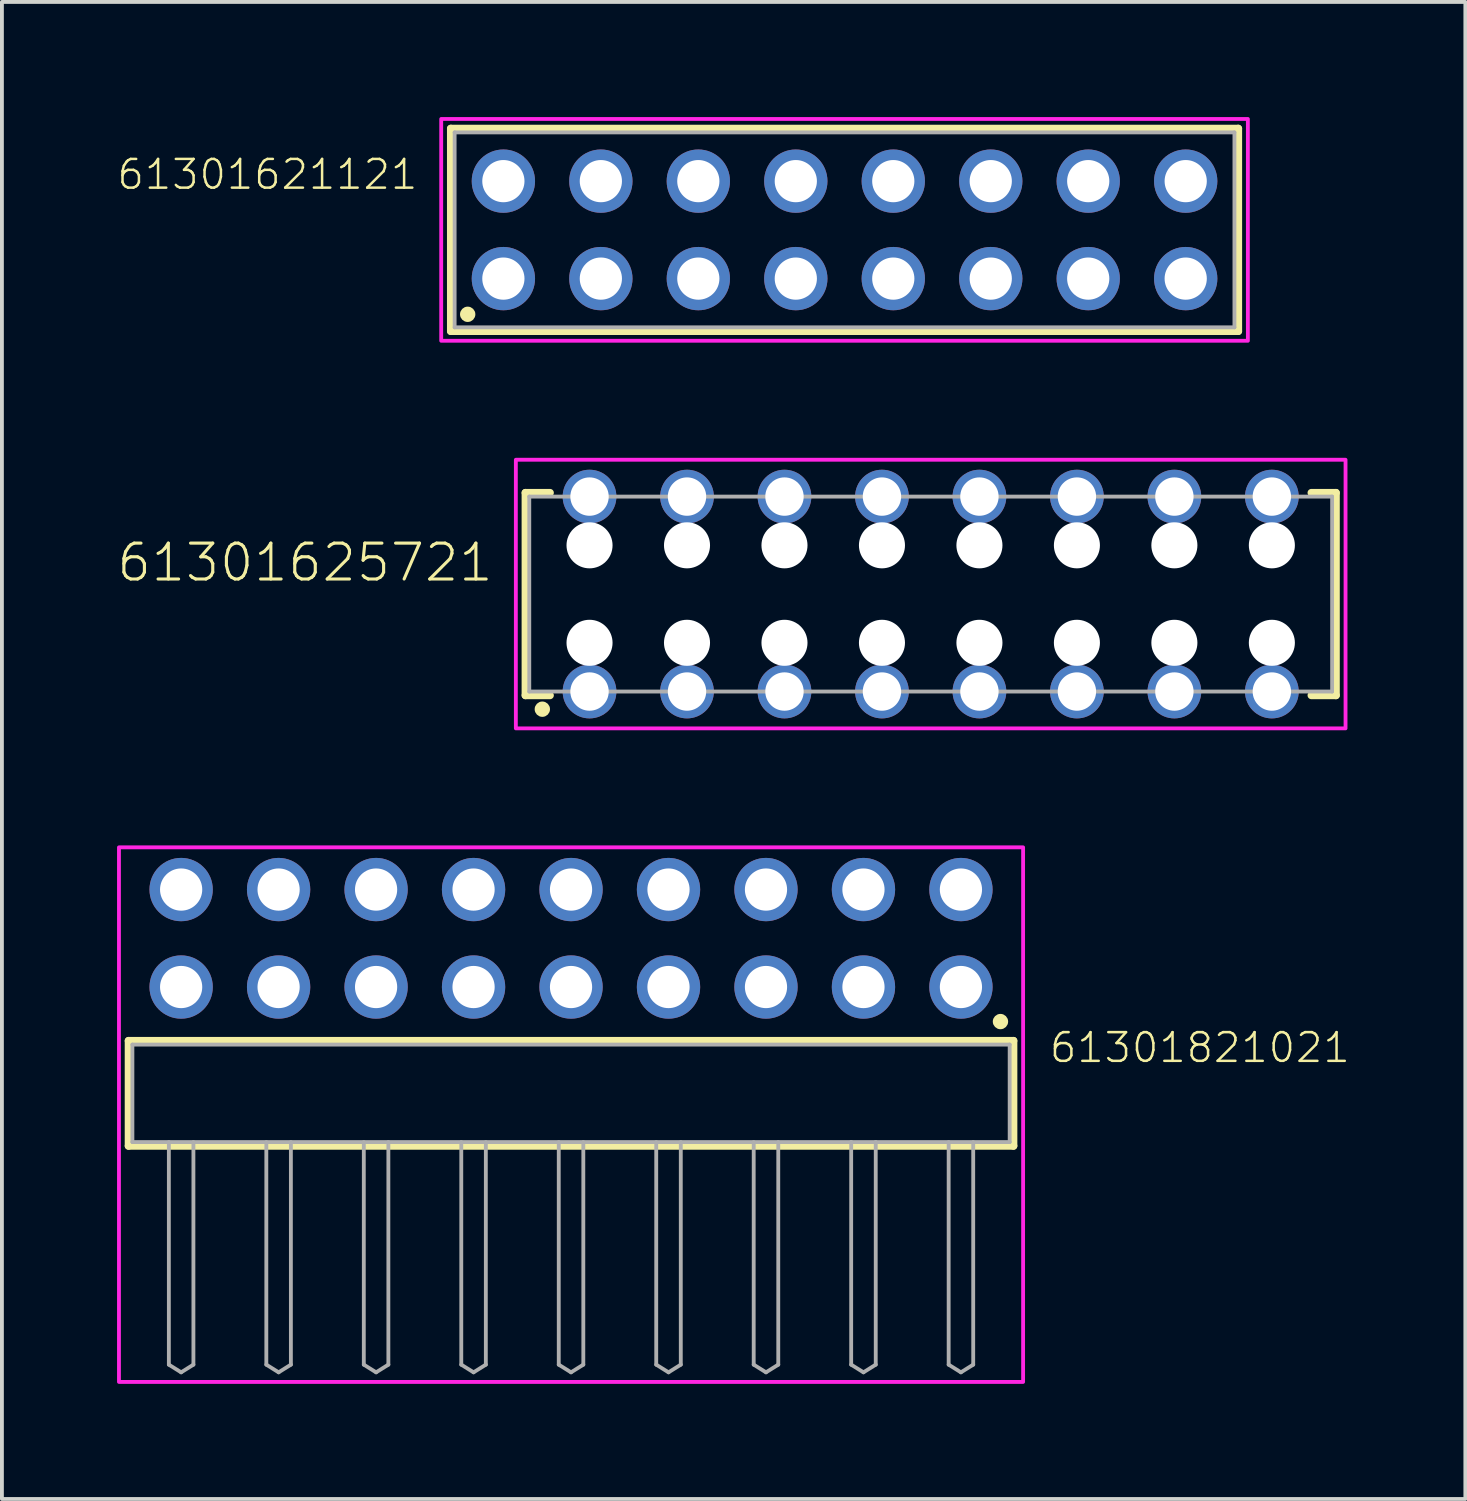
<source format=kicad_pcb>
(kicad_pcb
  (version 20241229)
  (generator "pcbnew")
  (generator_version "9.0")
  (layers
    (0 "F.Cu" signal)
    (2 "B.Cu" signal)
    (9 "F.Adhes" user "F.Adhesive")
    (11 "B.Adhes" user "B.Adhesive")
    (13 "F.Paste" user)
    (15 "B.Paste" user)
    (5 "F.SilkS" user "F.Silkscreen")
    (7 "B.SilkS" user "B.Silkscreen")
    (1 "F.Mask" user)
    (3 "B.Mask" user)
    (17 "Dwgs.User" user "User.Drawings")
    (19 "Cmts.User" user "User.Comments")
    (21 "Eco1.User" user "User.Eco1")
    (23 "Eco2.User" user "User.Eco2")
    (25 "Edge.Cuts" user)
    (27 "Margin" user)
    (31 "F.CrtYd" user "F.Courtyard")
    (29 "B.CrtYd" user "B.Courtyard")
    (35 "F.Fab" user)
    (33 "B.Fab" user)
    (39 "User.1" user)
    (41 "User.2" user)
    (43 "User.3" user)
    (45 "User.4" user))
  (footprint "61301625721"
    (layer "F.Cu")
    (at 21.202 12.43)
    (property "Reference" "61301625721" (at -11.353 -0.274 0) (unlocked yes) (layer "F.SilkS") (effects (font (size 0.935 0.935) (thickness 0.081)) (justify right bottom)))
    (fp_line (start -10.56 -2.64) (end -10.56 2.64) (stroke (width 0.2) (type solid)) (layer "F.SilkS"))
    (fp_line (start -10.56 2.64) (end -9.92 2.64) (stroke (width 0.2) (type solid)) (layer "F.SilkS"))
    (fp_line (start -9.92 -2.64) (end -10.56 -2.64) (stroke (width 0.2) (type solid)) (layer "F.SilkS"))
    (fp_line (start 9.92 2.64) (end 10.56 2.64) (stroke (width 0.2) (type solid)) (layer "F.SilkS"))
    (fp_line (start 10.56 -2.64) (end 9.92 -2.64) (stroke (width 0.2) (type solid)) (layer "F.SilkS"))
    (fp_line (start 10.56 2.64) (end 10.56 -2.64) (stroke (width 0.2) (type solid)) (layer "F.SilkS"))
    (fp_circle (center -10.12 3) (end -10.02 3) (stroke (width 0.2) (type solid)) (fill no) (layer "F.SilkS"))
    (fp_poly (pts (xy 10.81 3.5) (xy -10.81 3.5) (xy -10.81 -3.5) (xy 10.81 -3.5)) (stroke (width 0.1) (type default)) (fill no) (layer "F.CrtYd"))
    (fp_line (start -10.46 -2.54) (end 10.46 -2.54) (stroke (width 0.1) (type solid)) (layer "F.Fab"))
    (fp_line (start -10.46 2.54) (end -10.46 -2.54) (stroke (width 0.1) (type solid)) (layer "F.Fab"))
    (fp_line (start 10.46 -2.54) (end 10.46 2.54) (stroke (width 0.1) (type solid)) (layer "F.Fab"))
    (fp_line (start 10.46 2.54) (end -10.46 2.54) (stroke (width 0.1) (type solid)) (layer "F.Fab"))
    (pad "" np_thru_hole circle (at -8.89 -1.27) (size 1.2 1.2) (drill 1.2) (layers "*.Cu" "*.Mask"))
    (pad "" np_thru_hole circle (at -8.89 1.27) (size 1.2 1.2) (drill 1.2) (layers "*.Cu" "*.Mask"))
    (pad "" np_thru_hole circle (at -6.35 -1.27) (size 1.2 1.2) (drill 1.2) (layers "*.Cu" "*.Mask"))
    (pad "" np_thru_hole circle (at -6.35 1.27) (size 1.2 1.2) (drill 1.2) (layers "*.Cu" "*.Mask"))
    (pad "" np_thru_hole circle (at -3.81 -1.27) (size 1.2 1.2) (drill 1.2) (layers "*.Cu" "*.Mask"))
    (pad "" np_thru_hole circle (at -3.81 1.27) (size 1.2 1.2) (drill 1.2) (layers "*.Cu" "*.Mask"))
    (pad "" np_thru_hole circle (at -1.27 -1.27) (size 1.2 1.2) (drill 1.2) (layers "*.Cu" "*.Mask"))
    (pad "" np_thru_hole circle (at -1.27 1.27) (size 1.2 1.2) (drill 1.2) (layers "*.Cu" "*.Mask"))
    (pad "" np_thru_hole circle (at 1.27 -1.27) (size 1.2 1.2) (drill 1.2) (layers "*.Cu" "*.Mask"))
    (pad "" np_thru_hole circle (at 1.27 1.27) (size 1.2 1.2) (drill 1.2) (layers "*.Cu" "*.Mask"))
    (pad "" np_thru_hole circle (at 3.81 -1.27) (size 1.2 1.2) (drill 1.2) (layers "*.Cu" "*.Mask"))
    (pad "" np_thru_hole circle (at 3.81 1.27) (size 1.2 1.2) (drill 1.2) (layers "*.Cu" "*.Mask"))
    (pad "" np_thru_hole circle (at 6.35 -1.27) (size 1.2 1.2) (drill 1.2) (layers "*.Cu" "*.Mask"))
    (pad "" np_thru_hole circle (at 6.35 1.27) (size 1.2 1.2) (drill 1.2) (layers "*.Cu" "*.Mask"))
    (pad "" np_thru_hole circle (at 8.89 -1.27) (size 1.2 1.2) (drill 1.2) (layers "*.Cu" "*.Mask"))
    (pad "" np_thru_hole circle (at 8.89 1.27) (size 1.2 1.2) (drill 1.2) (layers "*.Cu" "*.Mask"))
    (pad "1" thru_hole circle (at -8.89 2.54) (size 1.4 1.4) (drill 1) (layers "*.Cu" "*.Mask"))
    (pad "2" thru_hole circle (at -8.89 -2.54) (size 1.4 1.4) (drill 1) (layers "*.Cu" "*.Mask"))
    (pad "3" thru_hole circle (at -6.35 2.54) (size 1.4 1.4) (drill 1) (layers "*.Cu" "*.Mask"))
    (pad "4" thru_hole circle (at -6.35 -2.54) (size 1.4 1.4) (drill 1) (layers "*.Cu" "*.Mask"))
    (pad "5" thru_hole circle (at -3.81 2.54) (size 1.4 1.4) (drill 1) (layers "*.Cu" "*.Mask"))
    (pad "6" thru_hole circle (at -3.81 -2.54) (size 1.4 1.4) (drill 1) (layers "*.Cu" "*.Mask"))
    (pad "7" thru_hole circle (at -1.27 2.54) (size 1.4 1.4) (drill 1) (layers "*.Cu" "*.Mask"))
    (pad "8" thru_hole circle (at -1.27 -2.54) (size 1.4 1.4) (drill 1) (layers "*.Cu" "*.Mask"))
    (pad "9" thru_hole circle (at 1.27 2.54) (size 1.4 1.4) (drill 1) (layers "*.Cu" "*.Mask"))
    (pad "10" thru_hole circle (at 1.27 -2.54) (size 1.4 1.4) (drill 1) (layers "*.Cu" "*.Mask"))
    (pad "11" thru_hole circle (at 3.81 2.54) (size 1.4 1.4) (drill 1) (layers "*.Cu" "*.Mask"))
    (pad "12" thru_hole circle (at 3.81 -2.54) (size 1.4 1.4) (drill 1) (layers "*.Cu" "*.Mask"))
    (pad "13" thru_hole circle (at 6.35 2.54) (size 1.4 1.4) (drill 1) (layers "*.Cu" "*.Mask"))
    (pad "14" thru_hole circle (at 6.35 -2.54) (size 1.4 1.4) (drill 1) (layers "*.Cu" "*.Mask"))
    (pad "15" thru_hole circle (at 8.89 2.54) (size 1.4 1.4) (drill 1) (layers "*.Cu" "*.Mask"))
    (pad "16" thru_hole circle (at 8.89 -2.54) (size 1.4 1.4) (drill 1) (layers "*.Cu" "*.Mask")))
  (footprint "61301821021"
    (layer "F.Cu")
    (at 11.83 25.44)
    (property "Reference" "61301821021" (at 12.425 -0.752 0) (unlocked yes) (layer "F.SilkS") (effects (font (size 0.748 0.748) (thickness 0.065)) (justify left bottom)))
    (fp_line (start -11.53 -1.37) (end 11.53 -1.37) (stroke (width 0.2) (type solid)) (layer "F.SilkS"))
    (fp_line (start -11.53 1.37) (end -11.53 -1.37) (stroke (width 0.2) (type solid)) (layer "F.SilkS"))
    (fp_line (start 11.53 -1.37) (end 11.53 1.37) (stroke (width 0.2) (type solid)) (layer "F.SilkS"))
    (fp_line (start 11.53 1.37) (end -11.53 1.37) (stroke (width 0.2) (type solid)) (layer "F.SilkS"))
    (fp_circle (center 11.19 -1.87) (end 11.29 -1.87) (stroke (width 0.2) (type solid)) (fill no) (layer "F.SilkS"))
    (fp_poly (pts (xy 11.78 7.52) (xy -11.78 7.52) (xy -11.78 -6.41) (xy 11.78 -6.41)) (stroke (width 0.1) (type default)) (fill no) (layer "F.CrtYd"))
    (fp_line (start -11.43 -1.27) (end 11.43 -1.27) (stroke (width 0.1) (type solid)) (layer "F.Fab"))
    (fp_line (start -11.43 1.27) (end -11.43 -1.27) (stroke (width 0.1) (type solid)) (layer "F.Fab"))
    (fp_line (start -10.48 1.27) (end -10.48 7.07) (stroke (width 0.1) (type solid)) (layer "F.Fab"))
    (fp_line (start -10.48 7.07) (end -10.16 7.27) (stroke (width 0.1) (type solid)) (layer "F.Fab"))
    (fp_line (start -10.16 7.27) (end -9.84 7.07) (stroke (width 0.1) (type solid)) (layer "F.Fab"))
    (fp_line (start -9.84 1.27) (end -9.84 7.07) (stroke (width 0.1) (type solid)) (layer "F.Fab"))
    (fp_line (start -7.94 1.27) (end -7.94 7.07) (stroke (width 0.1) (type solid)) (layer "F.Fab"))
    (fp_line (start -7.94 7.07) (end -7.62 7.27) (stroke (width 0.1) (type solid)) (layer "F.Fab"))
    (fp_line (start -7.62 7.27) (end -7.3 7.07) (stroke (width 0.1) (type solid)) (layer "F.Fab"))
    (fp_line (start -7.3 1.27) (end -7.3 7.07) (stroke (width 0.1) (type solid)) (layer "F.Fab"))
    (fp_line (start -5.4 1.27) (end -5.4 7.07) (stroke (width 0.1) (type solid)) (layer "F.Fab"))
    (fp_line (start -5.4 7.07) (end -5.08 7.27) (stroke (width 0.1) (type solid)) (layer "F.Fab"))
    (fp_line (start -5.08 7.27) (end -4.76 7.07) (stroke (width 0.1) (type solid)) (layer "F.Fab"))
    (fp_line (start -4.76 1.27) (end -4.76 7.07) (stroke (width 0.1) (type solid)) (layer "F.Fab"))
    (fp_line (start -2.86 1.27) (end -2.86 7.07) (stroke (width 0.1) (type solid)) (layer "F.Fab"))
    (fp_line (start -2.86 7.07) (end -2.54 7.27) (stroke (width 0.1) (type solid)) (layer "F.Fab"))
    (fp_line (start -2.54 7.27) (end -2.22 7.07) (stroke (width 0.1) (type solid)) (layer "F.Fab"))
    (fp_line (start -2.22 1.27) (end -2.22 7.07) (stroke (width 0.1) (type solid)) (layer "F.Fab"))
    (fp_line (start -0.32 1.27) (end -0.32 7.07) (stroke (width 0.1) (type solid)) (layer "F.Fab"))
    (fp_line (start -0.32 7.07) (end 0 7.27) (stroke (width 0.1) (type solid)) (layer "F.Fab"))
    (fp_line (start 0 7.27) (end 0.32 7.07) (stroke (width 0.1) (type solid)) (layer "F.Fab"))
    (fp_line (start 0.32 1.27) (end 0.32 7.07) (stroke (width 0.1) (type solid)) (layer "F.Fab"))
    (fp_line (start 2.22 1.27) (end 2.22 7.07) (stroke (width 0.1) (type solid)) (layer "F.Fab"))
    (fp_line (start 2.22 7.07) (end 2.54 7.27) (stroke (width 0.1) (type solid)) (layer "F.Fab"))
    (fp_line (start 2.54 7.27) (end 2.86 7.07) (stroke (width 0.1) (type solid)) (layer "F.Fab"))
    (fp_line (start 2.86 1.27) (end 2.86 7.07) (stroke (width 0.1) (type solid)) (layer "F.Fab"))
    (fp_line (start 4.76 1.27) (end 4.76 7.07) (stroke (width 0.1) (type solid)) (layer "F.Fab"))
    (fp_line (start 4.76 7.07) (end 5.08 7.27) (stroke (width 0.1) (type solid)) (layer "F.Fab"))
    (fp_line (start 5.08 7.27) (end 5.4 7.07) (stroke (width 0.1) (type solid)) (layer "F.Fab"))
    (fp_line (start 5.4 1.27) (end 5.4 7.07) (stroke (width 0.1) (type solid)) (layer "F.Fab"))
    (fp_line (start 7.3 1.27) (end -11.43 1.27) (stroke (width 0.1) (type solid)) (layer "F.Fab"))
    (fp_line (start 7.3 1.27) (end 7.3 7.07) (stroke (width 0.1) (type solid)) (layer "F.Fab"))
    (fp_line (start 7.3 7.07) (end 7.62 7.27) (stroke (width 0.1) (type solid)) (layer "F.Fab"))
    (fp_line (start 7.62 7.27) (end 7.94 7.07) (stroke (width 0.1) (type solid)) (layer "F.Fab"))
    (fp_line (start 7.94 1.27) (end 7.3 1.27) (stroke (width 0.1) (type solid)) (layer "F.Fab"))
    (fp_line (start 7.94 1.27) (end 7.94 7.07) (stroke (width 0.1) (type solid)) (layer "F.Fab"))
    (fp_line (start 9.84 1.27) (end 9.84 7.07) (stroke (width 0.1) (type solid)) (layer "F.Fab"))
    (fp_line (start 9.84 7.07) (end 10.16 7.27) (stroke (width 0.1) (type solid)) (layer "F.Fab"))
    (fp_line (start 10.16 7.27) (end 10.48 7.07) (stroke (width 0.1) (type solid)) (layer "F.Fab"))
    (fp_line (start 10.48 1.27) (end 10.48 7.07) (stroke (width 0.1) (type solid)) (layer "F.Fab"))
    (fp_line (start 11.43 -1.27) (end 11.43 1.27) (stroke (width 0.1) (type solid)) (layer "F.Fab"))
    (fp_line (start 11.43 1.27) (end 7.94 1.27) (stroke (width 0.1) (type solid)) (layer "F.Fab"))
    (pad "1" thru_hole circle (at 10.16 -2.77) (size 1.65 1.65) (drill 1.1) (layers "*.Cu" "*.Mask"))
    (pad "2" thru_hole circle (at 10.16 -5.31) (size 1.65 1.65) (drill 1.1) (layers "*.Cu" "*.Mask"))
    (pad "3" thru_hole circle (at 7.62 -2.77) (size 1.65 1.65) (drill 1.1) (layers "*.Cu" "*.Mask"))
    (pad "4" thru_hole circle (at 7.62 -5.31) (size 1.65 1.65) (drill 1.1) (layers "*.Cu" "*.Mask"))
    (pad "5" thru_hole circle (at 5.08 -2.77) (size 1.65 1.65) (drill 1.1) (layers "*.Cu" "*.Mask"))
    (pad "6" thru_hole circle (at 5.08 -5.31) (size 1.65 1.65) (drill 1.1) (layers "*.Cu" "*.Mask"))
    (pad "7" thru_hole circle (at 2.54 -2.77) (size 1.65 1.65) (drill 1.1) (layers "*.Cu" "*.Mask"))
    (pad "8" thru_hole circle (at 2.54 -5.31) (size 1.65 1.65) (drill 1.1) (layers "*.Cu" "*.Mask"))
    (pad "9" thru_hole circle (at 0 -2.77) (size 1.65 1.65) (drill 1.1) (layers "*.Cu" "*.Mask"))
    (pad "10" thru_hole circle (at 0 -5.31) (size 1.65 1.65) (drill 1.1) (layers "*.Cu" "*.Mask"))
    (pad "11" thru_hole circle (at -2.54 -2.77) (size 1.65 1.65) (drill 1.1) (layers "*.Cu" "*.Mask"))
    (pad "12" thru_hole circle (at -2.54 -5.31) (size 1.65 1.65) (drill 1.1) (layers "*.Cu" "*.Mask"))
    (pad "13" thru_hole circle (at -5.08 -2.77) (size 1.65 1.65) (drill 1.1) (layers "*.Cu" "*.Mask"))
    (pad "14" thru_hole circle (at -5.08 -5.31) (size 1.65 1.65) (drill 1.1) (layers "*.Cu" "*.Mask"))
    (pad "15" thru_hole circle (at -7.62 -2.77) (size 1.65 1.65) (drill 1.1) (layers "*.Cu" "*.Mask"))
    (pad "16" thru_hole circle (at -7.62 -5.31) (size 1.65 1.65) (drill 1.1) (layers "*.Cu" "*.Mask"))
    (pad "17" thru_hole circle (at -10.16 -2.77) (size 1.65 1.65) (drill 1.1) (layers "*.Cu" "*.Mask"))
    (pad "18" thru_hole circle (at -10.16 -5.31) (size 1.65 1.65) (drill 1.1) (layers "*.Cu" "*.Mask")))
  (footprint "61301621121"
    (layer "F.Cu")
    (at 18.957 2.94)
    (property "Reference" "61301621121" (at -11.078 -1.006 0) (unlocked yes) (layer "F.SilkS") (effects (font (size 0.748 0.748) (thickness 0.065)) (justify right bottom)))
    (fp_line (start -10.26 -2.64) (end 10.26 -2.64) (stroke (width 0.2) (type solid)) (layer "F.SilkS"))
    (fp_line (start -10.26 2.64) (end -10.26 -2.64) (stroke (width 0.2) (type solid)) (layer "F.SilkS"))
    (fp_line (start 10.26 -2.64) (end 10.26 2.64) (stroke (width 0.2) (type solid)) (layer "F.SilkS"))
    (fp_line (start 10.26 2.64) (end -10.26 2.64) (stroke (width 0.2) (type solid)) (layer "F.SilkS"))
    (fp_circle (center -9.82 2.2) (end -9.72 2.2) (stroke (width 0.2) (type solid)) (fill no) (layer "F.SilkS"))
    (fp_poly (pts (xy 10.51 2.89) (xy -10.51 2.89) (xy -10.51 -2.89) (xy 10.51 -2.89)) (stroke (width 0.1) (type default)) (fill no) (layer "F.CrtYd"))
    (fp_line (start -10.16 -2.54) (end 10.16 -2.54) (stroke (width 0.1) (type solid)) (layer "F.Fab"))
    (fp_line (start -10.16 2.54) (end -10.16 -2.54) (stroke (width 0.1) (type solid)) (layer "F.Fab"))
    (fp_line (start 10.16 -2.54) (end 10.16 2.54) (stroke (width 0.1) (type solid)) (layer "F.Fab"))
    (fp_line (start 10.16 2.54) (end -10.16 2.54) (stroke (width 0.1) (type solid)) (layer "F.Fab"))
    (pad "1" thru_hole circle (at -8.89 1.27 90) (size 1.65 1.65) (drill 1.1) (layers "*.Cu" "*.Mask"))
    (pad "2" thru_hole circle (at -8.89 -1.27 270) (size 1.65 1.65) (drill 1.1) (layers "*.Cu" "*.Mask"))
    (pad "3" thru_hole circle (at -6.35 1.27 90) (size 1.65 1.65) (drill 1.1) (layers "*.Cu" "*.Mask"))
    (pad "4" thru_hole circle (at -6.35 -1.27 270) (size 1.65 1.65) (drill 1.1) (layers "*.Cu" "*.Mask"))
    (pad "5" thru_hole circle (at -3.81 1.27 90) (size 1.65 1.65) (drill 1.1) (layers "*.Cu" "*.Mask"))
    (pad "6" thru_hole circle (at -3.81 -1.27 270) (size 1.65 1.65) (drill 1.1) (layers "*.Cu" "*.Mask"))
    (pad "7" thru_hole circle (at -1.27 1.27 90) (size 1.65 1.65) (drill 1.1) (layers "*.Cu" "*.Mask"))
    (pad "8" thru_hole circle (at -1.27 -1.27 270) (size 1.65 1.65) (drill 1.1) (layers "*.Cu" "*.Mask"))
    (pad "9" thru_hole circle (at 1.27 1.27 90) (size 1.65 1.65) (drill 1.1) (layers "*.Cu" "*.Mask"))
    (pad "10" thru_hole circle (at 1.27 -1.27 270) (size 1.65 1.65) (drill 1.1) (layers "*.Cu" "*.Mask"))
    (pad "11" thru_hole circle (at 3.81 1.27 90) (size 1.65 1.65) (drill 1.1) (layers "*.Cu" "*.Mask"))
    (pad "12" thru_hole circle (at 3.81 -1.27 270) (size 1.65 1.65) (drill 1.1) (layers "*.Cu" "*.Mask"))
    (pad "13" thru_hole circle (at 6.35 1.27 90) (size 1.65 1.65) (drill 1.1) (layers "*.Cu" "*.Mask"))
    (pad "14" thru_hole circle (at 6.35 -1.27 270) (size 1.65 1.65) (drill 1.1) (layers "*.Cu" "*.Mask"))
    (pad "15" thru_hole circle (at 8.89 1.27 90) (size 1.65 1.65) (drill 1.1) (layers "*.Cu" "*.Mask"))
    (pad "16" thru_hole circle (at 8.89 -1.27 270) (size 1.65 1.65) (drill 1.1) (layers "*.Cu" "*.Mask")))
  (gr_rect
    (start -3 -3)
    (end 35.134 36.01)
    (stroke (width 0.1) (type default))
    (fill no)
    (layer "Edge.Cuts")))
</source>
